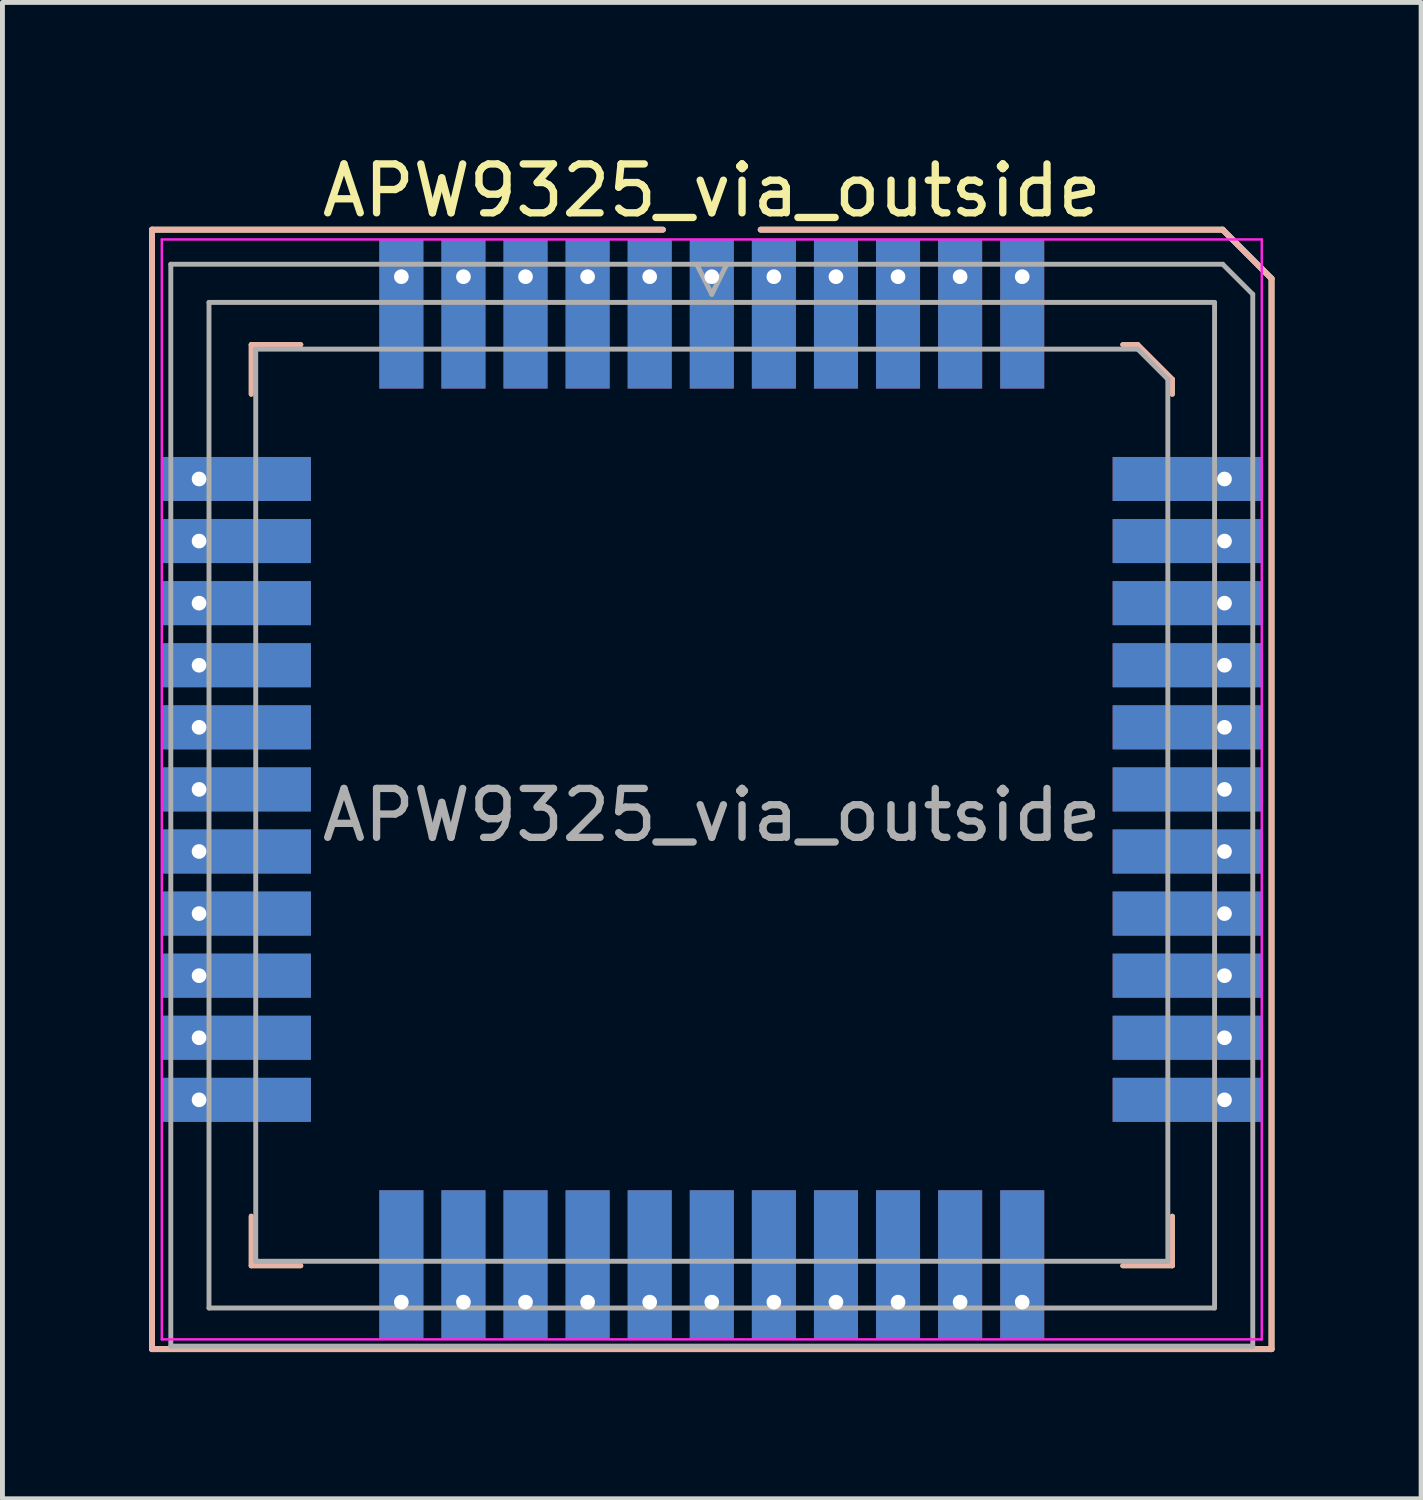
<source format=kicad_pcb>
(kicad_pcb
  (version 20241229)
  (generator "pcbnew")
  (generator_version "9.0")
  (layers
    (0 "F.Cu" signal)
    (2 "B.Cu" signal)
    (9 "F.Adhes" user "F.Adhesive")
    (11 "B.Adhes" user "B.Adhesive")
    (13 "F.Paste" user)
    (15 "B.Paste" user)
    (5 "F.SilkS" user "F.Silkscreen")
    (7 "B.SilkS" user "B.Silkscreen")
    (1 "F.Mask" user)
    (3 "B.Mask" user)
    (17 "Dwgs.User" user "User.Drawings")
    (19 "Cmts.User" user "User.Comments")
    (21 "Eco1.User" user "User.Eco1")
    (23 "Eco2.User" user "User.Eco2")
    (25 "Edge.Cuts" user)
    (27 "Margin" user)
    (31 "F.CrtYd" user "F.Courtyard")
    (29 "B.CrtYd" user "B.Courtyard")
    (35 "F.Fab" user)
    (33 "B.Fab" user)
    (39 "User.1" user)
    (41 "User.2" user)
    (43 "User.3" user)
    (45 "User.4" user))
  (footprint "APW9325_via_outside"
    (layer "F.Cu")
    (at 11.51 13.098)
    (property "Reference" "APW9325_via_outside" (at 0 -12.25 180) (layer "F.SilkS") (effects (font (size 1 1) (thickness 0.15))))
    (attr smd)
    (fp_line (start -11.45 -11.45) (end -1 -11.45) (stroke (width 0.12) (type solid)) (layer "F.SilkS"))
    (fp_line (start -11.45 11.45) (end -11.45 -11.45) (stroke (width 0.12) (type solid)) (layer "F.SilkS"))
    (fp_line (start -9.421 -9.098) (end -9.421 -8.084) (stroke (width 0.1) (type solid)) (layer "F.SilkS"))
    (fp_line (start -9.421 9.744) (end -9.421 8.73) (stroke (width 0.1) (type solid)) (layer "F.SilkS"))
    (fp_line (start -8.407 -9.098) (end -9.421 -9.098) (stroke (width 0.1) (type solid)) (layer "F.SilkS"))
    (fp_line (start -8.407 9.744) (end -9.421 9.744) (stroke (width 0.1) (type solid)) (layer "F.SilkS"))
    (fp_line (start 1 -11.45) (end 10.45 -11.45) (stroke (width 0.12) (type solid)) (layer "F.SilkS"))
    (fp_line (start 8.407 -9.098) (end 8.714 -9.098) (stroke (width 0.1) (type solid)) (layer "F.SilkS"))
    (fp_line (start 8.407 9.744) (end 9.421 9.744) (stroke (width 0.1) (type solid)) (layer "F.SilkS"))
    (fp_line (start 8.714 -9.098) (end 9.421 -8.391) (stroke (width 0.1) (type solid)) (layer "F.SilkS"))
    (fp_line (start 9.421 -8.391) (end 9.421 -8.084) (stroke (width 0.1) (type solid)) (layer "F.SilkS"))
    (fp_line (start 9.421 9.744) (end 9.421 8.73) (stroke (width 0.1) (type solid)) (layer "F.SilkS"))
    (fp_line (start 10.45 -11.45) (end 11.45 -10.45) (stroke (width 0.12) (type solid)) (layer "F.SilkS"))
    (fp_line (start 11.45 -10.45) (end 11.45 11.45) (stroke (width 0.12) (type solid)) (layer "F.SilkS"))
    (fp_line (start 11.45 11.45) (end -11.45 11.45) (stroke (width 0.12) (type solid)) (layer "F.SilkS"))
    (fp_line (start -11.45 -11.45) (end -1 -11.45) (stroke (width 0.12) (type solid)) (layer "B.SilkS"))
    (fp_line (start -11.45 11.45) (end -11.45 -11.45) (stroke (width 0.12) (type solid)) (layer "B.SilkS"))
    (fp_line (start -9.421 -9.098) (end -9.421 -8.084) (stroke (width 0.1) (type solid)) (layer "B.SilkS"))
    (fp_line (start -9.421 9.744) (end -9.421 8.73) (stroke (width 0.1) (type solid)) (layer "B.SilkS"))
    (fp_line (start -8.407 -9.098) (end -9.421 -9.098) (stroke (width 0.1) (type solid)) (layer "B.SilkS"))
    (fp_line (start -8.407 9.744) (end -9.421 9.744) (stroke (width 0.1) (type solid)) (layer "B.SilkS"))
    (fp_line (start 1 -11.45) (end 10.45 -11.45) (stroke (width 0.12) (type solid)) (layer "B.SilkS"))
    (fp_line (start 8.407 -9.098) (end 8.714 -9.098) (stroke (width 0.1) (type solid)) (layer "B.SilkS"))
    (fp_line (start 8.407 9.744) (end 9.421 9.744) (stroke (width 0.1) (type solid)) (layer "B.SilkS"))
    (fp_line (start 8.714 -9.098) (end 9.421 -8.391) (stroke (width 0.1) (type solid)) (layer "B.SilkS"))
    (fp_line (start 9.421 -8.391) (end 9.421 -8.084) (stroke (width 0.1) (type solid)) (layer "B.SilkS"))
    (fp_line (start 9.421 9.744) (end 9.421 8.73) (stroke (width 0.1) (type solid)) (layer "B.SilkS"))
    (fp_line (start 10.45 -11.45) (end 11.45 -10.45) (stroke (width 0.12) (type solid)) (layer "B.SilkS"))
    (fp_line (start 11.45 -10.45) (end 11.45 11.45) (stroke (width 0.12) (type solid)) (layer "B.SilkS"))
    (fp_line (start 11.45 11.45) (end -11.45 11.45) (stroke (width 0.12) (type solid)) (layer "B.SilkS"))
    (fp_line (start -11.25 -11.25) (end 11.25 -11.25) (stroke (width 0.05) (type solid)) (layer "F.CrtYd"))
    (fp_line (start -11.25 11.25) (end -11.25 -11.25) (stroke (width 0.05) (type solid)) (layer "F.CrtYd"))
    (fp_line (start 11.25 -11.25) (end 11.25 11.25) (stroke (width 0.05) (type solid)) (layer "F.CrtYd"))
    (fp_line (start 11.25 11.25) (end -11.25 11.25) (stroke (width 0.05) (type solid)) (layer "F.CrtYd"))
    (fp_line (start -11.066 -10.743) (end 10.451 -10.743) (stroke (width 0.1) (type solid)) (layer "F.Fab"))
    (fp_line (start -11.066 11.388) (end -11.066 -10.743) (stroke (width 0.1) (type solid)) (layer "F.Fab"))
    (fp_line (start -10.285 -9.962) (end 10.285 -9.962) (stroke (width 0.1) (type solid)) (layer "F.Fab"))
    (fp_line (start -10.285 10.608) (end -10.285 -9.962) (stroke (width 0.1) (type solid)) (layer "F.Fab"))
    (fp_line (start -9.329 -9.006) (end 8.714 -9.006) (stroke (width 0.1) (type solid)) (layer "F.Fab"))
    (fp_line (start -9.329 9.652) (end -9.329 -9.006) (stroke (width 0.1) (type solid)) (layer "F.Fab"))
    (fp_line (start 0 -10.128) (end -0.307 -10.743) (stroke (width 0.1) (type solid)) (layer "F.Fab"))
    (fp_line (start 0.307 -10.743) (end 0 -10.128) (stroke (width 0.1) (type solid)) (layer "F.Fab"))
    (fp_line (start 8.714 -9.006) (end 9.329 -8.391) (stroke (width 0.1) (type solid)) (layer "F.Fab"))
    (fp_line (start 9.329 -8.391) (end 9.329 9.652) (stroke (width 0.1) (type solid)) (layer "F.Fab"))
    (fp_line (start 9.329 9.652) (end -9.329 9.652) (stroke (width 0.1) (type solid)) (layer "F.Fab"))
    (fp_line (start 10.285 -9.962) (end 10.285 10.608) (stroke (width 0.1) (type solid)) (layer "F.Fab"))
    (fp_line (start 10.285 10.608) (end -10.285 10.608) (stroke (width 0.1) (type solid)) (layer "F.Fab"))
    (fp_line (start 10.451 -10.743) (end 11.066 -10.128) (stroke (width 0.1) (type solid)) (layer "F.Fab"))
    (fp_line (start 11.066 -10.128) (end 11.066 11.388) (stroke (width 0.1) (type solid)) (layer "F.Fab"))
    (fp_line (start 11.066 11.388) (end -11.066 11.388) (stroke (width 0.1) (type solid)) (layer "F.Fab"))
    (fp_text user "${REFERENCE}" (at 0 0.525 180) (layer "F.Fab") (effects (font (size 1 1) (thickness 0.15))))
    (pad "1" thru_hole rect (at 0 -10.488) (size 0.9 3.05) (drill 0.3 (offset 0 0.763)) (layers "*.Cu" "*.Mask"))
    (pad "2" thru_hole rect (at 1.27 -10.488) (size 0.9 3.05) (drill 0.3 (offset 0 0.763)) (layers "*.Cu" "*.Mask"))
    (pad "3" thru_hole rect (at 2.54 -10.488) (size 0.9 3.05) (drill 0.3 (offset 0 0.763)) (layers "*.Cu" "*.Mask"))
    (pad "4" thru_hole rect (at 3.81 -10.488) (size 0.9 3.05) (drill 0.3 (offset 0 0.763)) (layers "*.Cu" "*.Mask"))
    (pad "5" thru_hole rect (at 5.08 -10.488) (size 0.9 3.05) (drill 0.3 (offset 0 0.763)) (layers "*.Cu" "*.Mask"))
    (pad "6" thru_hole rect (at 6.35 -10.488) (size 0.9 3.05) (drill 0.3 (offset 0 0.763)) (layers "*.Cu" "*.Mask"))
    (pad "7" thru_hole rect (at 10.488 -6.35) (size 3.05 0.9) (drill 0.3 (offset -0.763 0)) (layers "*.Cu" "*.Mask"))
    (pad "8" thru_hole rect (at 10.488 -5.08) (size 3.05 0.9) (drill 0.3 (offset -0.763 0)) (layers "*.Cu" "*.Mask"))
    (pad "9" thru_hole rect (at 10.488 -3.81) (size 3.05 0.9) (drill 0.3 (offset -0.763 0)) (layers "*.Cu" "*.Mask"))
    (pad "10" thru_hole rect (at 10.488 -2.54) (size 3.05 0.9) (drill 0.3 (offset -0.763 0)) (layers "*.Cu" "*.Mask"))
    (pad "11" thru_hole rect (at 10.488 -1.27) (size 3.05 0.9) (drill 0.3 (offset -0.763 0)) (layers "*.Cu" "*.Mask"))
    (pad "12" thru_hole rect (at 10.488 0) (size 3.05 0.9) (drill 0.3 (offset -0.763 0)) (layers "*.Cu" "*.Mask"))
    (pad "13" thru_hole rect (at 10.488 1.27) (size 3.05 0.9) (drill 0.3 (offset -0.763 0)) (layers "*.Cu" "*.Mask"))
    (pad "14" thru_hole rect (at 10.488 2.54) (size 3.05 0.9) (drill 0.3 (offset -0.763 0)) (layers "*.Cu" "*.Mask"))
    (pad "15" thru_hole rect (at 10.488 3.81) (size 3.05 0.9) (drill 0.3 (offset -0.763 0)) (layers "*.Cu" "*.Mask"))
    (pad "16" thru_hole rect (at 10.488 5.08) (size 3.05 0.9) (drill 0.3 (offset -0.763 0)) (layers "*.Cu" "*.Mask"))
    (pad "17" thru_hole rect (at 10.488 6.35) (size 3.05 0.9) (drill 0.3 (offset -0.763 0)) (layers "*.Cu" "*.Mask"))
    (pad "18" thru_hole rect (at 6.35 10.488) (size 0.9 3.05) (drill 0.3 (offset 0 -0.763)) (layers "*.Cu" "*.Mask"))
    (pad "19" thru_hole rect (at 5.08 10.488) (size 0.9 3.05) (drill 0.3 (offset 0 -0.763)) (layers "*.Cu" "*.Mask"))
    (pad "20" thru_hole rect (at 3.81 10.488) (size 0.9 3.05) (drill 0.3 (offset 0 -0.763)) (layers "*.Cu" "*.Mask"))
    (pad "21" thru_hole rect (at 2.54 10.488) (size 0.9 3.05) (drill 0.3 (offset 0 -0.763)) (layers "*.Cu" "*.Mask"))
    (pad "22" thru_hole rect (at 1.27 10.488) (size 0.9 3.05) (drill 0.3 (offset 0 -0.763)) (layers "*.Cu" "*.Mask"))
    (pad "23" thru_hole rect (at 0 10.488) (size 0.9 3.05) (drill 0.3 (offset 0 -0.763)) (layers "*.Cu" "*.Mask"))
    (pad "24" thru_hole rect (at -1.27 10.488) (size 0.9 3.05) (drill 0.3 (offset 0 -0.763)) (layers "*.Cu" "*.Mask"))
    (pad "25" thru_hole rect (at -2.54 10.488) (size 0.9 3.05) (drill 0.3 (offset 0 -0.763)) (layers "*.Cu" "*.Mask"))
    (pad "26" thru_hole rect (at -3.81 10.488) (size 0.9 3.05) (drill 0.3 (offset 0 -0.763)) (layers "*.Cu" "*.Mask"))
    (pad "27" thru_hole rect (at -5.08 10.488) (size 0.9 3.05) (drill 0.3 (offset 0 -0.763)) (layers "*.Cu" "*.Mask"))
    (pad "28" thru_hole rect (at -6.35 10.488) (size 0.9 3.05) (drill 0.3 (offset 0 -0.763)) (layers "*.Cu" "*.Mask"))
    (pad "29" thru_hole rect (at -10.488 6.35) (size 3.05 0.9) (drill 0.3 (offset 0.763 0)) (layers "*.Cu" "*.Mask"))
    (pad "30" thru_hole rect (at -10.488 5.08) (size 3.05 0.9) (drill 0.3 (offset 0.763 0)) (layers "*.Cu" "*.Mask"))
    (pad "31" thru_hole rect (at -10.488 3.81) (size 3.05 0.9) (drill 0.3 (offset 0.763 0)) (layers "*.Cu" "*.Mask"))
    (pad "32" thru_hole rect (at -10.488 2.54) (size 3.05 0.9) (drill 0.3 (offset 0.763 0)) (layers "*.Cu" "*.Mask"))
    (pad "33" thru_hole rect (at -10.488 1.27) (size 3.05 0.9) (drill 0.3 (offset 0.763 0)) (layers "*.Cu" "*.Mask"))
    (pad "34" thru_hole rect (at -10.488 0) (size 3.05 0.9) (drill 0.3 (offset 0.763 0)) (layers "*.Cu" "*.Mask"))
    (pad "35" thru_hole rect (at -10.488 -1.27) (size 3.05 0.9) (drill 0.3 (offset 0.763 0)) (layers "*.Cu" "*.Mask"))
    (pad "36" thru_hole rect (at -10.488 -2.54) (size 3.05 0.9) (drill 0.3 (offset 0.763 0)) (layers "*.Cu" "*.Mask"))
    (pad "37" thru_hole rect (at -10.488 -3.81) (size 3.05 0.9) (drill 0.3 (offset 0.763 0)) (layers "*.Cu" "*.Mask"))
    (pad "38" thru_hole rect (at -10.488 -5.08) (size 3.05 0.9) (drill 0.3 (offset 0.763 0)) (layers "*.Cu" "*.Mask"))
    (pad "39" thru_hole rect (at -10.488 -6.35) (size 3.05 0.9) (drill 0.3 (offset 0.763 0)) (layers "*.Cu" "*.Mask"))
    (pad "40" thru_hole rect (at -6.35 -10.488) (size 0.9 3.05) (drill 0.3 (offset 0 0.763)) (layers "*.Cu" "*.Mask"))
    (pad "41" thru_hole rect (at -5.08 -10.488) (size 0.9 3.05) (drill 0.3 (offset 0 0.763)) (layers "*.Cu" "*.Mask"))
    (pad "42" thru_hole rect (at -3.81 -10.488) (size 0.9 3.05) (drill 0.3 (offset 0 0.763)) (layers "*.Cu" "*.Mask"))
    (pad "43" thru_hole rect (at -2.54 -10.488) (size 0.9 3.05) (drill 0.3 (offset 0 0.763)) (layers "*.Cu" "*.Mask"))
    (pad "44" thru_hole rect (at -1.27 -10.488) (size 0.9 3.05) (drill 0.3 (offset 0 0.763)) (layers "*.Cu" "*.Mask")))
  (gr_rect
    (start -3 -3)
    (end 26.02 27.608)
    (stroke (width 0.1) (type default))
    (fill no)
    (layer "Edge.Cuts")))
</source>
